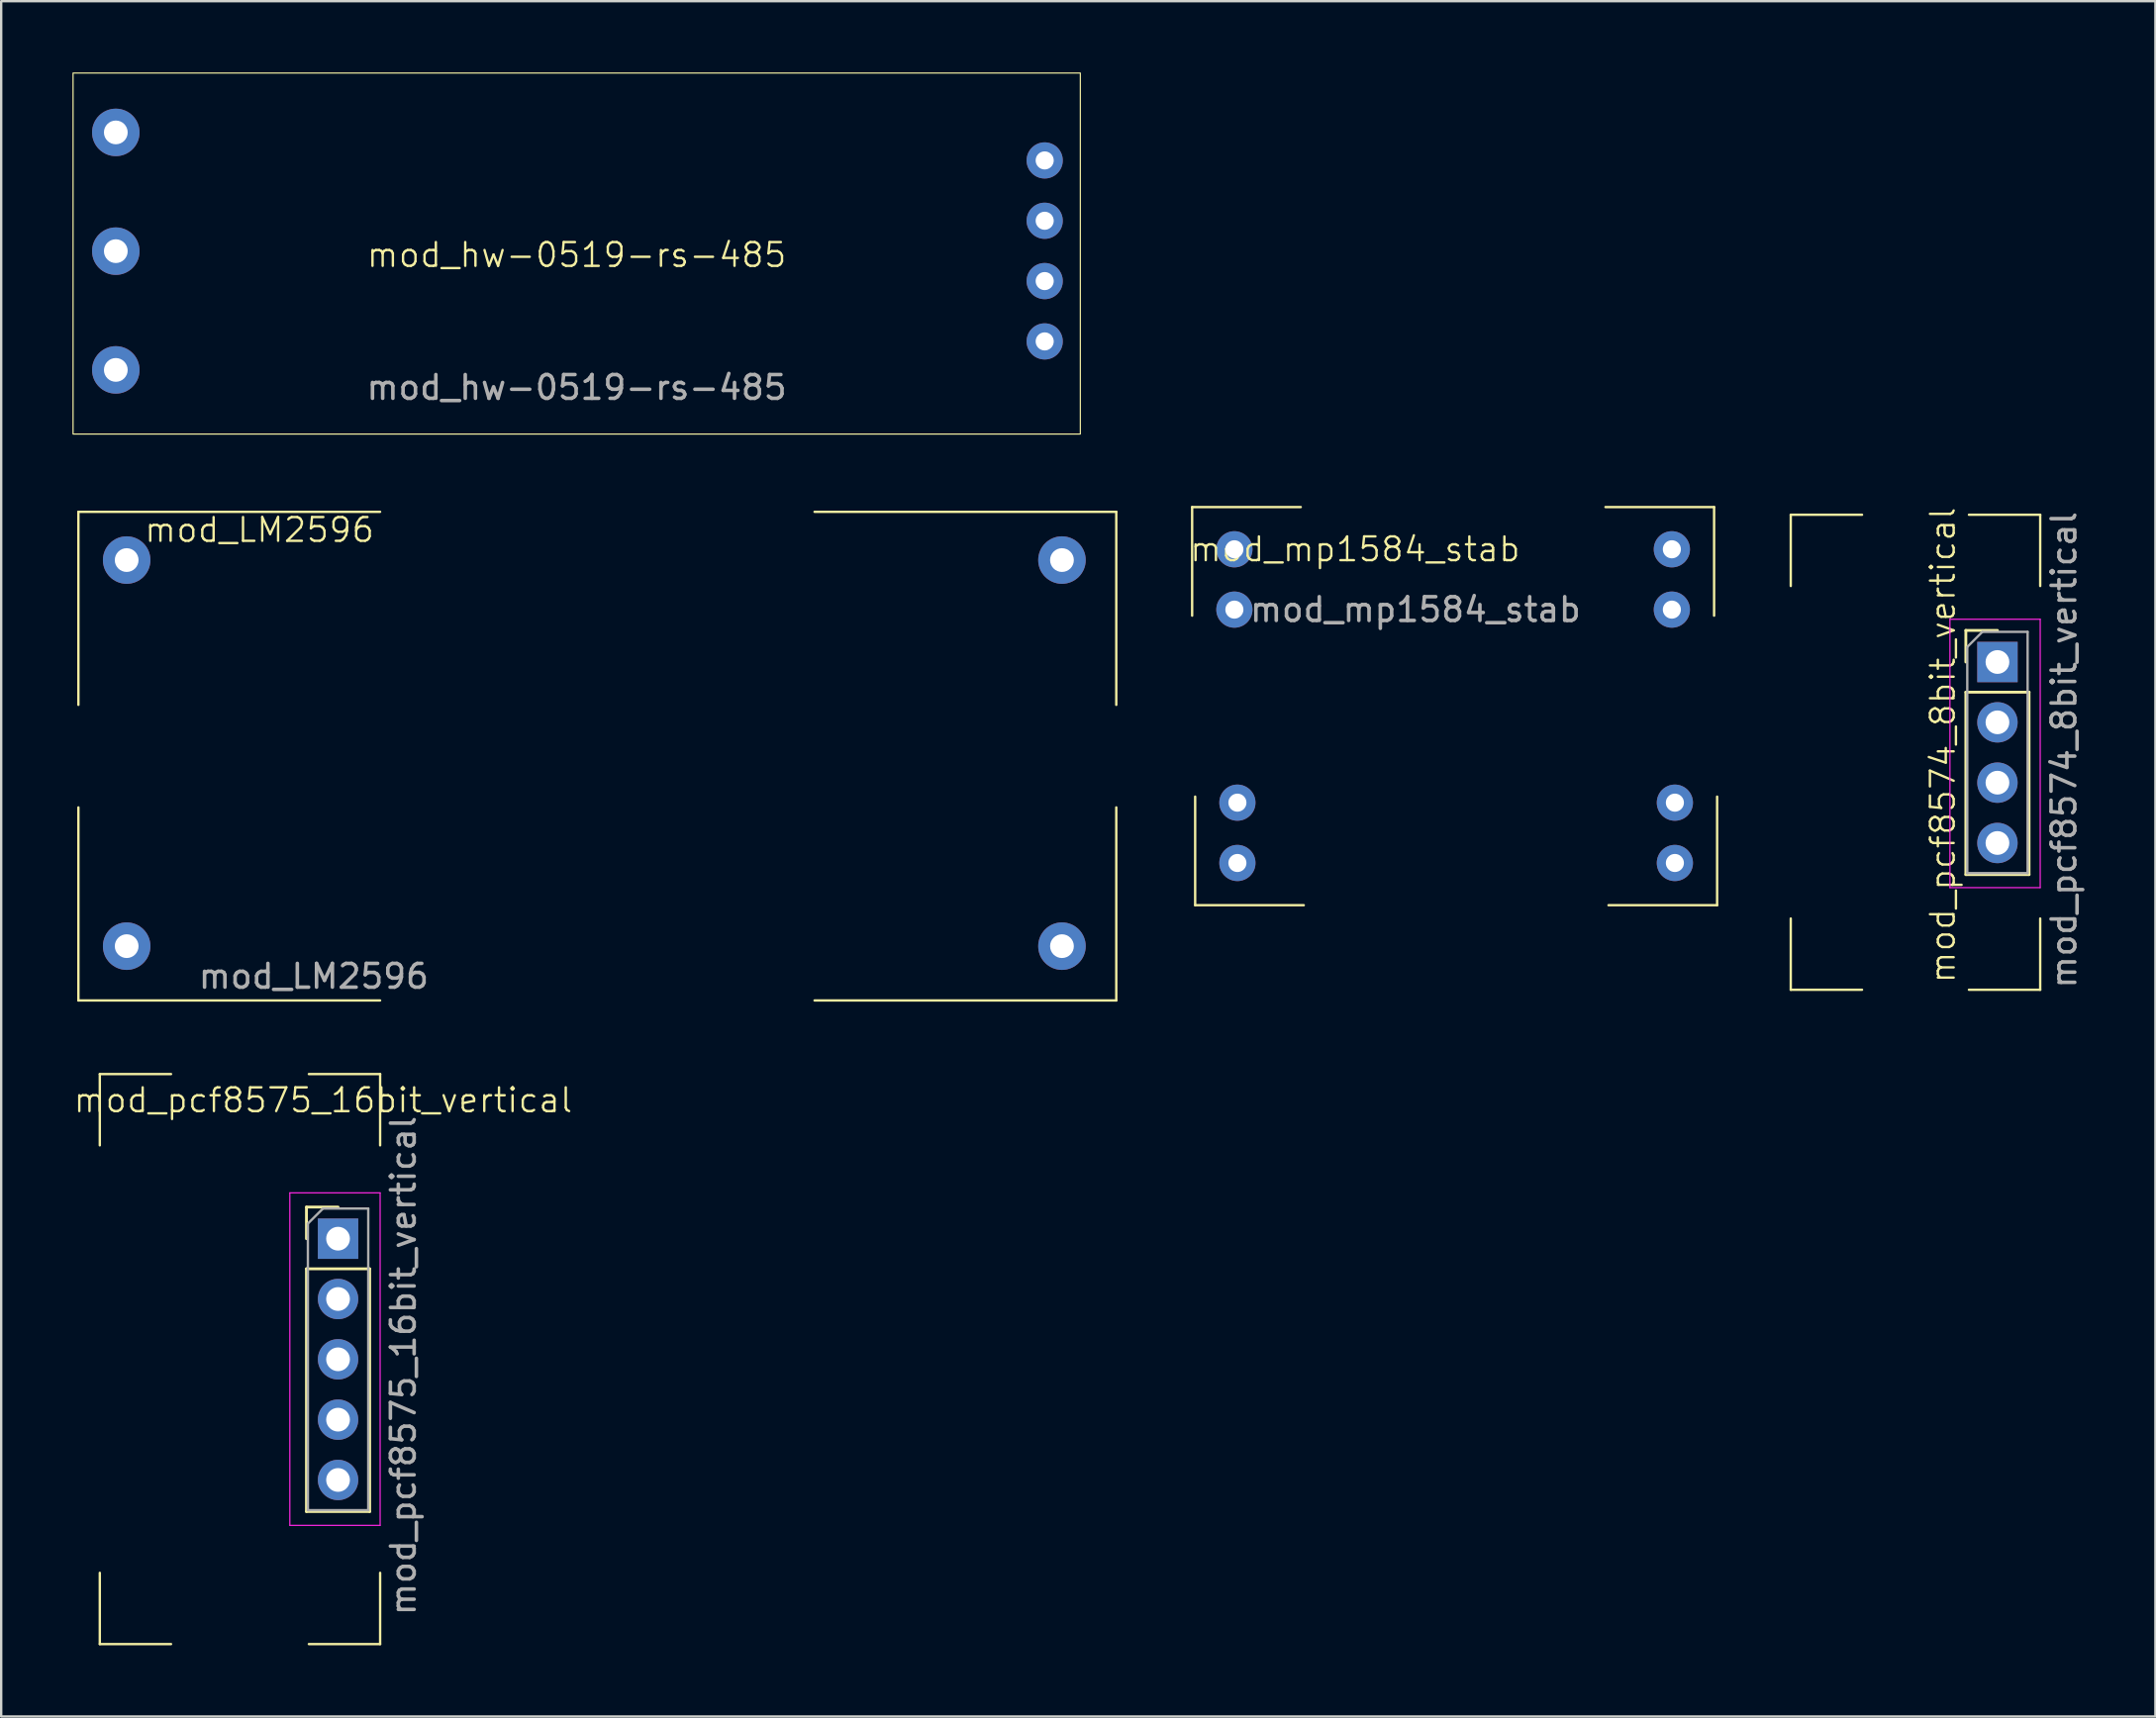
<source format=kicad_pcb>
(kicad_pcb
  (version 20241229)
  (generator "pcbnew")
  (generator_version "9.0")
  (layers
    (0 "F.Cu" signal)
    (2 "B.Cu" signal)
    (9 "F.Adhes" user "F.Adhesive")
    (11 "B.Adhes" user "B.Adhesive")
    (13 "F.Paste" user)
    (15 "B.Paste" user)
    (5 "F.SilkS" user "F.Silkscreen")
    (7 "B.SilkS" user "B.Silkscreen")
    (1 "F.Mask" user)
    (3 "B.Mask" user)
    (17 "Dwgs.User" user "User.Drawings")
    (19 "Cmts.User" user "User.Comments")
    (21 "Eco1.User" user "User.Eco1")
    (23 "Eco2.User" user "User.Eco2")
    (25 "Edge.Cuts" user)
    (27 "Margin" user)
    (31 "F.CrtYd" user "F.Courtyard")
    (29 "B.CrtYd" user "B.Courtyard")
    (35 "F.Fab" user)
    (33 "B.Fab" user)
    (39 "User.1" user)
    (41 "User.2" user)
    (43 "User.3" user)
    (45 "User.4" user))
  (footprint "mod_mp1584_stab"
    (layer "F.Cu")
    (at 59.07 25.158)
    (property "Reference" "mod_mp1584_stab" (at -5.08 -5.08 0) (unlocked yes) (layer "F.SilkS") (effects (font (size 1 1) (thickness 0.1))))
    (attr through_hole)
    (fp_line (start -11.938 -2.286) (end -11.938 -6.858) (stroke (width 0.1) (type default)) (layer "F.SilkS"))
    (fp_line (start -11.811 5.334) (end -11.811 9.906) (stroke (width 0.1) (type default)) (layer "F.SilkS"))
    (fp_line (start -7.366 -6.858) (end -11.938 -6.858) (stroke (width 0.1) (type default)) (layer "F.SilkS"))
    (fp_line (start -7.239 9.906) (end -11.811 9.906) (stroke (width 0.1) (type default)) (layer "F.SilkS"))
    (fp_line (start 5.461 -6.858) (end 10.033 -6.858) (stroke (width 0.1) (type default)) (layer "F.SilkS"))
    (fp_line (start 5.588 9.906) (end 10.16 9.906) (stroke (width 0.1) (type default)) (layer "F.SilkS"))
    (fp_line (start 10.033 -2.286) (end 10.033 -6.858) (stroke (width 0.1) (type default)) (layer "F.SilkS"))
    (fp_line (start 10.16 5.334) (end 10.16 9.906) (stroke (width 0.1) (type default)) (layer "F.SilkS"))
    (fp_text user "${REFERENCE}" (at -2.54 -2.54 0) (unlocked yes) (layer "F.Fab") (effects (font (size 1 1) (thickness 0.15))))
    (pad "IN+" thru_hole circle (at 8.255 -5.08) (size 1.524 1.524) (drill 0.762) (layers "*.Cu" "*.Mask"))
    (pad "IN+" thru_hole circle (at 8.255 -2.54) (size 1.524 1.524) (drill 0.762) (layers "*.Cu" "*.Mask"))
    (pad "IN-GND" thru_hole circle (at 8.382 5.588) (size 1.524 1.524) (drill 0.762) (layers "*.Cu" "*.Mask"))
    (pad "IN-GND" thru_hole circle (at 8.382 8.128) (size 1.524 1.524) (drill 0.762) (layers "*.Cu" "*.Mask"))
    (pad "OUT+" thru_hole circle (at -10.16 -5.08) (size 1.524 1.524) (drill 0.762) (layers "*.Cu" "*.Mask"))
    (pad "OUT+" thru_hole circle (at -10.16 -2.54) (size 1.524 1.524) (drill 0.762) (layers "*.Cu" "*.Mask"))
    (pad "OUT-GND" thru_hole circle (at -10.033 5.588) (size 1.524 1.524) (drill 0.762) (layers "*.Cu" "*.Mask"))
    (pad "OUT-GND" thru_hole circle (at -10.033 8.128) (size 1.524 1.524) (drill 0.762) (layers "*.Cu" "*.Mask")))
  (footprint "mod_hw-0519-rs-485"
    (layer "F.Cu")
    (at 21.225 7.535)
    (property "Reference" "mod_hw-0519-rs-485" (at 0 0.15 0) (unlocked yes) (layer "F.SilkS") (effects (font (size 1 1) (thickness 0.1))))
    (attr through_hole)
    (fp_rect (start -21.2 -7.51) (end 21.2 7.69) (stroke (width 0.05) (type default)) (fill no) (layer "F.SilkS"))
    (fp_text user "${REFERENCE}" (at 0 5.73 0) (unlocked yes) (layer "F.Fab") (effects (font (size 1 1) (thickness 0.15))))
    (pad "0" thru_hole circle (at -19.4 -5.01) (size 2 2) (drill 1) (layers "*.Cu" "*.Mask"))
    (pad "A+" thru_hole circle (at -19.4 4.99) (size 2 2) (drill 1) (layers "*.Cu" "*.Mask"))
    (pad "B-" thru_hole circle (at -19.4 -0.01) (size 2 2) (drill 1) (layers "*.Cu" "*.Mask"))
    (pad "GND" thru_hole circle (at 19.7 -3.83) (size 1.524 1.524) (drill 0.762) (layers "*.Cu" "*.Mask"))
    (pad "RXD" thru_hole circle (at 19.7 -1.29) (size 1.524 1.524) (drill 0.762) (layers "*.Cu" "*.Mask"))
    (pad "TXD" thru_hole circle (at 19.7 1.25) (size 1.524 1.524) (drill 0.762) (layers "*.Cu" "*.Mask"))
    (pad "VCC" thru_hole circle (at 19.7 3.79) (size 1.524 1.524) (drill 0.762) (layers "*.Cu" "*.Mask")))
  (footprint "mod_LM2596"
    (layer "F.Cu")
    (at 0.25 18.5)
    (property "Reference" "mod_LM2596" (at 7.62 0.762 0) (unlocked yes) (layer "F.SilkS") (effects (font (size 1 1) (thickness 0.1))))
    (attr through_hole)
    (fp_line (start 0 0) (end 12.7 0) (stroke (width 0.1) (type default)) (layer "F.SilkS"))
    (fp_line (start 0 8.128) (end 0 0) (stroke (width 0.1) (type default)) (layer "F.SilkS"))
    (fp_line (start 0 12.446) (end 0 20.574) (stroke (width 0.1) (type default)) (layer "F.SilkS"))
    (fp_line (start 12.7 20.574) (end 0 20.574) (stroke (width 0.1) (type default)) (layer "F.SilkS"))
    (fp_line (start 30.988 0) (end 43.688 0) (stroke (width 0.1) (type default)) (layer "F.SilkS"))
    (fp_line (start 43.688 8.128) (end 43.688 0) (stroke (width 0.1) (type default)) (layer "F.SilkS"))
    (fp_line (start 43.688 12.446) (end 43.688 20.574) (stroke (width 0.1) (type default)) (layer "F.SilkS"))
    (fp_line (start 43.688 20.574) (end 30.988 20.574) (stroke (width 0.1) (type default)) (layer "F.SilkS"))
    (fp_text user "${REFERENCE}" (at 9.906 19.558 0) (unlocked yes) (layer "F.Fab") (effects (font (size 1 1) (thickness 0.15))))
    (pad "IN+" thru_hole circle (at 2.032 2.032) (size 2 2) (drill 1) (layers "*.Cu" "*.Mask"))
    (pad "IN-GND" thru_hole circle (at 2.032 18.288) (size 2 2) (drill 1) (layers "*.Cu" "*.Mask"))
    (pad "OUT+" thru_hole circle (at 41.402 2.032) (size 2 2) (drill 1) (layers "*.Cu" "*.Mask"))
    (pad "OUT-GND" thru_hole circle (at 41.402 18.288) (size 2 2) (drill 1) (layers "*.Cu" "*.Mask")))
  (footprint "mod_pcf8575_16bit_vertical"
    (layer "F.Cu")
    (at 11.128 45.252)
    (property "Reference" "mod_pcf8575_16bit_vertical" (at -0.578 -1.978 0) (unlocked yes) (layer "F.SilkS") (effects (font (size 1 1) (thickness 0.1))))
    (attr through_hole)
    (fp_line (start -9.977 -3.078) (end -6.978 -3.078) (stroke (width 0.1) (type default)) (layer "F.SilkS"))
    (fp_line (start -9.977 -0.077) (end -9.977 -3.078) (stroke (width 0.1) (type default)) (layer "F.SilkS"))
    (fp_line (start -9.977 17.922) (end -9.977 20.922) (stroke (width 0.1) (type default)) (layer "F.SilkS"))
    (fp_line (start -9.977 20.922) (end -6.978 20.922) (stroke (width 0.1) (type default)) (layer "F.SilkS"))
    (fp_line (start -1.278 2.522) (end 0.052 2.522) (stroke (width 0.12) (type solid)) (layer "F.SilkS"))
    (fp_line (start -1.278 3.853) (end -1.278 2.522) (stroke (width 0.12) (type solid)) (layer "F.SilkS"))
    (fp_line (start -1.278 5.122) (end -1.278 15.342) (stroke (width 0.12) (type solid)) (layer "F.SilkS"))
    (fp_line (start -1.278 5.122) (end 1.383 5.122) (stroke (width 0.12) (type solid)) (layer "F.SilkS"))
    (fp_line (start -1.278 15.342) (end 1.383 15.342) (stroke (width 0.12) (type solid)) (layer "F.SilkS"))
    (fp_line (start 1.383 5.122) (end 1.383 15.342) (stroke (width 0.12) (type solid)) (layer "F.SilkS"))
    (fp_line (start 1.823 -3.078) (end -1.177 -3.078) (stroke (width 0.1) (type default)) (layer "F.SilkS"))
    (fp_line (start 1.823 -0.077) (end 1.823 -3.078) (stroke (width 0.1) (type default)) (layer "F.SilkS"))
    (fp_line (start 1.823 17.922) (end 1.823 20.922) (stroke (width 0.1) (type default)) (layer "F.SilkS"))
    (fp_line (start 1.823 20.922) (end -1.177 20.922) (stroke (width 0.1) (type default)) (layer "F.SilkS"))
    (fp_line (start -1.978 1.923) (end -1.978 15.922) (stroke (width 0.05) (type solid)) (layer "F.CrtYd"))
    (fp_line (start -1.978 15.922) (end 1.823 15.922) (stroke (width 0.05) (type solid)) (layer "F.CrtYd"))
    (fp_line (start 1.823 1.923) (end -1.978 1.923) (stroke (width 0.05) (type solid)) (layer "F.CrtYd"))
    (fp_line (start 1.823 15.922) (end 1.823 1.923) (stroke (width 0.05) (type solid)) (layer "F.CrtYd"))
    (fp_line (start -1.218 3.217) (end -0.583 2.583) (stroke (width 0.1) (type solid)) (layer "F.Fab"))
    (fp_line (start -1.218 15.283) (end -1.218 3.217) (stroke (width 0.1) (type solid)) (layer "F.Fab"))
    (fp_line (start -0.583 2.583) (end 1.323 2.583) (stroke (width 0.1) (type solid)) (layer "F.Fab"))
    (fp_line (start 1.323 2.583) (end 1.323 15.283) (stroke (width 0.1) (type solid)) (layer "F.Fab"))
    (fp_line (start 1.323 15.283) (end -1.218 15.283) (stroke (width 0.1) (type solid)) (layer "F.Fab"))
    (fp_text user "${REFERENCE}" (at 2.8 9.2 90) (layer "F.Fab") (effects (font (size 1 1) (thickness 0.15))))
    (pad "GND" thru_hole rect (at 0.052 3.853) (size 1.7 1.7) (drill 1) (layers "*.Cu" "*.Mask"))
    (pad "INT" thru_hole oval (at 0.052 14.012) (size 1.7 1.7) (drill 1) (layers "*.Cu" "*.Mask"))
    (pad "SCL" thru_hole oval (at 0.052 11.473) (size 1.7 1.7) (drill 1) (layers "*.Cu" "*.Mask"))
    (pad "SDA" thru_hole oval (at 0.052 8.932) (size 1.7 1.7) (drill 1) (layers "*.Cu" "*.Mask"))
    (pad "VCC" thru_hole oval (at 0.052 6.393) (size 1.7 1.7) (drill 1) (layers "*.Cu" "*.Mask")))
  (footprint "mod_pcf8574_8bit_vertical"
    (layer "F.Cu")
    (at 81.03 21.024)
    (property "Reference" "mod_pcf8574_8bit_vertical" (at -2.3 7.3 90) (unlocked yes) (layer "F.SilkS") (effects (font (size 1 1) (thickness 0.1))))
    (attr through_hole)
    (fp_line (start -8.7 -2.4) (end -5.7 -2.4) (stroke (width 0.1) (type default)) (layer "F.SilkS"))
    (fp_line (start -8.7 0.6) (end -8.7 -2.4) (stroke (width 0.1) (type default)) (layer "F.SilkS"))
    (fp_line (start -8.7 14.6) (end -8.7 17.6) (stroke (width 0.1) (type default)) (layer "F.SilkS"))
    (fp_line (start -8.7 17.6) (end -5.7 17.6) (stroke (width 0.1) (type default)) (layer "F.SilkS"))
    (fp_line (start -1.33 2.47) (end 0 2.47) (stroke (width 0.12) (type solid)) (layer "F.SilkS"))
    (fp_line (start -1.33 3.8) (end -1.33 2.47) (stroke (width 0.12) (type solid)) (layer "F.SilkS"))
    (fp_line (start -1.33 5.07) (end -1.33 12.75) (stroke (width 0.12) (type solid)) (layer "F.SilkS"))
    (fp_line (start -1.33 5.07) (end 1.33 5.07) (stroke (width 0.12) (type solid)) (layer "F.SilkS"))
    (fp_line (start -1.33 12.75) (end 1.33 12.75) (stroke (width 0.12) (type solid)) (layer "F.SilkS"))
    (fp_line (start 1.33 5.07) (end 1.33 12.75) (stroke (width 0.12) (type solid)) (layer "F.SilkS"))
    (fp_line (start 1.8 -2.4) (end -1.2 -2.4) (stroke (width 0.1) (type default)) (layer "F.SilkS"))
    (fp_line (start 1.8 0.6) (end 1.8 -2.4) (stroke (width 0.1) (type default)) (layer "F.SilkS"))
    (fp_line (start 1.8 14.6) (end 1.8 17.6) (stroke (width 0.1) (type default)) (layer "F.SilkS"))
    (fp_line (start 1.8 17.6) (end -1.2 17.6) (stroke (width 0.1) (type default)) (layer "F.SilkS"))
    (fp_line (start -2 2) (end -2 13.3) (stroke (width 0.05) (type solid)) (layer "F.CrtYd"))
    (fp_line (start -2 13.3) (end 1.8 13.3) (stroke (width 0.05) (type solid)) (layer "F.CrtYd"))
    (fp_line (start 1.8 2) (end -2 2) (stroke (width 0.05) (type solid)) (layer "F.CrtYd"))
    (fp_line (start 1.8 13.3) (end 1.8 2) (stroke (width 0.05) (type solid)) (layer "F.CrtYd"))
    (fp_line (start -1.27 3.165) (end -0.635 2.53) (stroke (width 0.1) (type solid)) (layer "F.Fab"))
    (fp_line (start -1.27 12.69) (end -1.27 3.165) (stroke (width 0.1) (type solid)) (layer "F.Fab"))
    (fp_line (start -0.635 2.53) (end 1.27 2.53) (stroke (width 0.1) (type solid)) (layer "F.Fab"))
    (fp_line (start 1.27 2.53) (end 1.27 12.69) (stroke (width 0.1) (type solid)) (layer "F.Fab"))
    (fp_line (start 1.27 12.69) (end -1.27 12.69) (stroke (width 0.1) (type solid)) (layer "F.Fab"))
    (fp_text user "${REFERENCE}" (at 2.8 7.5 90) (layer "F.Fab") (effects (font (size 1 1) (thickness 0.15))))
    (pad "GND" thru_hole oval (at 0 6.34) (size 1.7 1.7) (drill 1) (layers "*.Cu" "*.Mask"))
    (pad "SCL" thru_hole oval (at 0 11.42) (size 1.7 1.7) (drill 1) (layers "*.Cu" "*.Mask"))
    (pad "SDA" thru_hole oval (at 0 8.88) (size 1.7 1.7) (drill 1) (layers "*.Cu" "*.Mask"))
    (pad "VCC" thru_hole rect (at 0 3.8) (size 1.7 1.7) (drill 1) (layers "*.Cu" "*.Mask")))
  (gr_rect
    (start -3 -3)
    (end 87.679 69.224)
    (stroke (width 0.1) (type default))
    (fill no)
    (layer "Edge.Cuts")))
</source>
